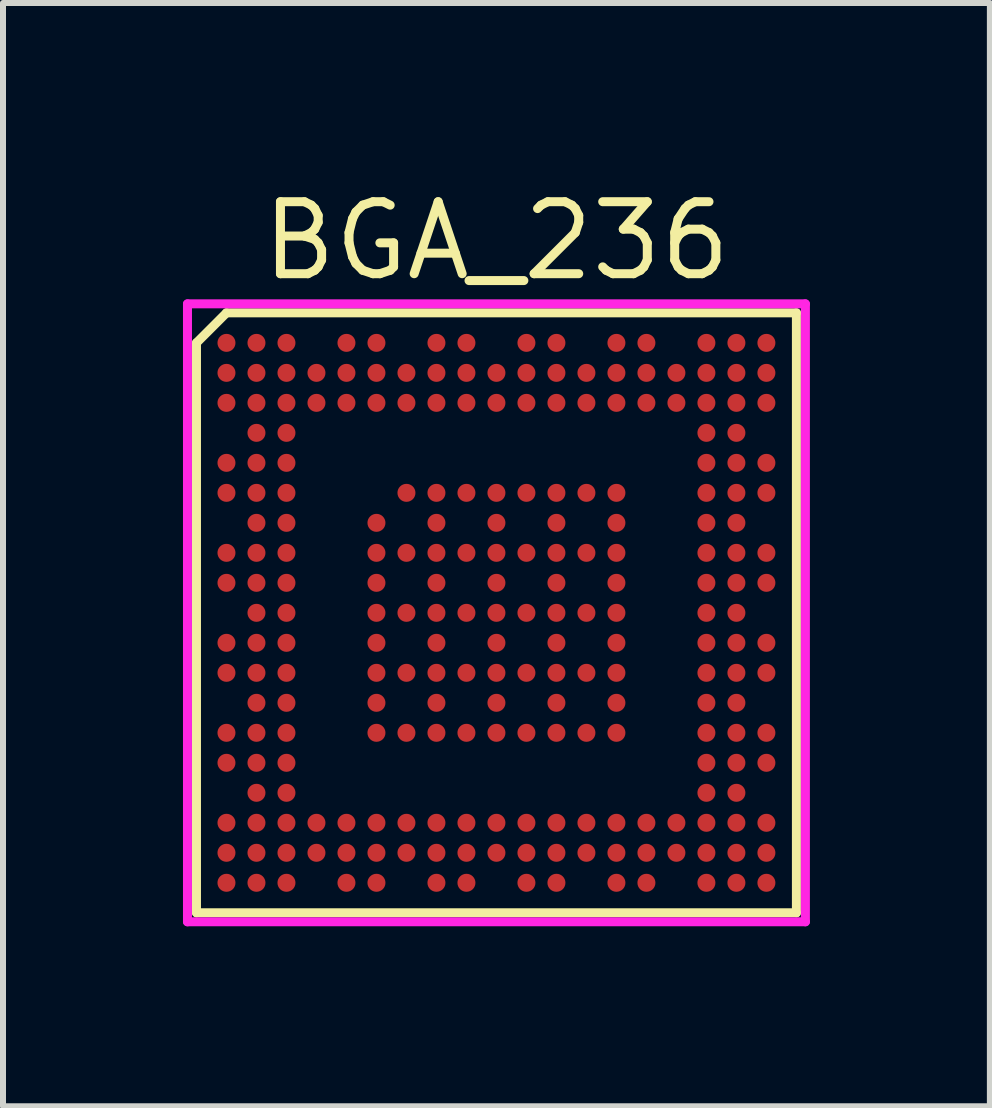
<source format=kicad_pcb>
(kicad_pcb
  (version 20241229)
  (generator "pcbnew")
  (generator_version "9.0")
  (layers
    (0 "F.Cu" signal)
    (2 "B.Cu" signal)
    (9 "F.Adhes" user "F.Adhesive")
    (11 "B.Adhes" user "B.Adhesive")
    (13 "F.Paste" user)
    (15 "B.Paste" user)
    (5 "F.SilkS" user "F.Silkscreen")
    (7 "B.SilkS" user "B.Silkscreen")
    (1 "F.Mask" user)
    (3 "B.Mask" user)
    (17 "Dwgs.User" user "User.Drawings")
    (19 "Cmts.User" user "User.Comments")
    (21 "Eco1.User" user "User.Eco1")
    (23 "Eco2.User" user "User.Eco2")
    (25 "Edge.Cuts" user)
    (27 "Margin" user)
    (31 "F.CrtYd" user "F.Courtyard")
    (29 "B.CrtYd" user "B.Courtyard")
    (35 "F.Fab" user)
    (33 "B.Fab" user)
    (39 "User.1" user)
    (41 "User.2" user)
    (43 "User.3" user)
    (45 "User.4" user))
  (footprint "BGA_236"
    (layer "F.Cu")
    (at 5.225 7.165)
    (property "Reference" "BGA_236" (at 0 -6.2 0) (layer "F.SilkS") (effects (font (size 1.2 1.2) (thickness 0.15))))
    (attr through_hole)
    (fp_line (start -5 -4.5) (end -5 5) (stroke (width 0.15) (type solid)) (layer "F.SilkS"))
    (fp_line (start -5 5) (end 5 5) (stroke (width 0.15) (type solid)) (layer "F.SilkS"))
    (fp_line (start -4.5 -5) (end -5 -4.5) (stroke (width 0.15) (type solid)) (layer "F.SilkS"))
    (fp_line (start 5 -5) (end -4.5 -5) (stroke (width 0.15) (type solid)) (layer "F.SilkS"))
    (fp_line (start 5 5) (end 5 -5) (stroke (width 0.15) (type solid)) (layer "F.SilkS"))
    (fp_line (start -5.15 -5.15) (end 5.15 -5.15) (stroke (width 0.15) (type solid)) (layer "F.CrtYd"))
    (fp_line (start -5.15 5.15) (end -5.15 -5.15) (stroke (width 0.15) (type solid)) (layer "F.CrtYd"))
    (fp_line (start 5.15 -5.15) (end 5.15 5.15) (stroke (width 0.15) (type solid)) (layer "F.CrtYd"))
    (fp_line (start 5.15 5.15) (end -5.15 5.15) (stroke (width 0.15) (type solid)) (layer "F.CrtYd"))
    (pad "A1" smd circle (at -4.5 -4.5) (size 0.3 0.3) (layers "F.Cu" "F.Mask" "F.Paste"))
    (pad "A2" smd circle (at -4 -4.5) (size 0.3 0.3) (layers "F.Cu" "F.Mask" "F.Paste"))
    (pad "A3" smd circle (at -3.5 -4.5) (size 0.3 0.3) (layers "F.Cu" "F.Mask" "F.Paste"))
    (pad "A5" smd circle (at -2.5 -4.5) (size 0.3 0.3) (layers "F.Cu" "F.Mask" "F.Paste"))
    (pad "A6" smd circle (at -2 -4.5) (size 0.3 0.3) (layers "F.Cu" "F.Mask" "F.Paste"))
    (pad "A8" smd circle (at -1 -4.5) (size 0.3 0.3) (layers "F.Cu" "F.Mask" "F.Paste"))
    (pad "A9" smd circle (at -0.5 -4.5) (size 0.3 0.3) (layers "F.Cu" "F.Mask" "F.Paste"))
    (pad "A11" smd circle (at 0.5 -4.5) (size 0.3 0.3) (layers "F.Cu" "F.Mask" "F.Paste"))
    (pad "A12" smd circle (at 1 -4.5) (size 0.3 0.3) (layers "F.Cu" "F.Mask" "F.Paste"))
    (pad "A14" smd circle (at 2 -4.5) (size 0.3 0.3) (layers "F.Cu" "F.Mask" "F.Paste"))
    (pad "A15" smd circle (at 2.5 -4.5) (size 0.3 0.3) (layers "F.Cu" "F.Mask" "F.Paste"))
    (pad "A17" smd circle (at 3.5 -4.5) (size 0.3 0.3) (layers "F.Cu" "F.Mask" "F.Paste"))
    (pad "A18" smd circle (at 4 -4.5) (size 0.3 0.3) (layers "F.Cu" "F.Mask" "F.Paste"))
    (pad "A19" smd circle (at 4.5 -4.5) (size 0.3 0.3) (layers "F.Cu" "F.Mask" "F.Paste"))
    (pad "B1" smd circle (at -4.5 -4) (size 0.3 0.3) (layers "F.Cu" "F.Mask" "F.Paste"))
    (pad "B2" smd circle (at -4 -4) (size 0.3 0.3) (layers "F.Cu" "F.Mask" "F.Paste"))
    (pad "B3" smd circle (at -3.5 -4) (size 0.3 0.3) (layers "F.Cu" "F.Mask" "F.Paste"))
    (pad "B4" smd circle (at -3 -4) (size 0.3 0.3) (layers "F.Cu" "F.Mask" "F.Paste"))
    (pad "B5" smd circle (at -2.5 -4) (size 0.3 0.3) (layers "F.Cu" "F.Mask" "F.Paste"))
    (pad "B6" smd circle (at -2 -4) (size 0.3 0.3) (layers "F.Cu" "F.Mask" "F.Paste"))
    (pad "B7" smd circle (at -1.5 -4) (size 0.3 0.3) (layers "F.Cu" "F.Mask" "F.Paste"))
    (pad "B8" smd circle (at -1 -4) (size 0.3 0.3) (layers "F.Cu" "F.Mask" "F.Paste"))
    (pad "B9" smd circle (at -0.5 -4) (size 0.3 0.3) (layers "F.Cu" "F.Mask" "F.Paste"))
    (pad "B10" smd circle (at 0 -4) (size 0.3 0.3) (layers "F.Cu" "F.Mask" "F.Paste"))
    (pad "B11" smd circle (at 0.5 -4) (size 0.3 0.3) (layers "F.Cu" "F.Mask" "F.Paste"))
    (pad "B12" smd circle (at 1 -4) (size 0.3 0.3) (layers "F.Cu" "F.Mask" "F.Paste"))
    (pad "B13" smd circle (at 1.5 -4) (size 0.3 0.3) (layers "F.Cu" "F.Mask" "F.Paste"))
    (pad "B14" smd circle (at 2 -4) (size 0.3 0.3) (layers "F.Cu" "F.Mask" "F.Paste"))
    (pad "B15" smd circle (at 2.5 -4) (size 0.3 0.3) (layers "F.Cu" "F.Mask" "F.Paste"))
    (pad "B16" smd circle (at 3 -4) (size 0.3 0.3) (layers "F.Cu" "F.Mask" "F.Paste"))
    (pad "B17" smd circle (at 3.5 -4) (size 0.3 0.3) (layers "F.Cu" "F.Mask" "F.Paste"))
    (pad "B18" smd circle (at 4 -4) (size 0.3 0.3) (layers "F.Cu" "F.Mask" "F.Paste"))
    (pad "B19" smd circle (at 4.5 -4) (size 0.3 0.3) (layers "F.Cu" "F.Mask" "F.Paste"))
    (pad "C1" smd circle (at -4.5 -3.5) (size 0.3 0.3) (layers "F.Cu" "F.Mask" "F.Paste"))
    (pad "C2" smd circle (at -4 -3.5) (size 0.3 0.3) (layers "F.Cu" "F.Mask" "F.Paste"))
    (pad "C3" smd circle (at -3.5 -3.5) (size 0.3 0.3) (layers "F.Cu" "F.Mask" "F.Paste"))
    (pad "C4" smd circle (at -3 -3.5) (size 0.3 0.3) (layers "F.Cu" "F.Mask" "F.Paste"))
    (pad "C5" smd circle (at -2.5 -3.5) (size 0.3 0.3) (layers "F.Cu" "F.Mask" "F.Paste"))
    (pad "C6" smd circle (at -2 -3.5) (size 0.3 0.3) (layers "F.Cu" "F.Mask" "F.Paste"))
    (pad "C7" smd circle (at -1.5 -3.5) (size 0.3 0.3) (layers "F.Cu" "F.Mask" "F.Paste"))
    (pad "C8" smd circle (at -1 -3.5) (size 0.3 0.3) (layers "F.Cu" "F.Mask" "F.Paste"))
    (pad "C9" smd circle (at -0.5 -3.5) (size 0.3 0.3) (layers "F.Cu" "F.Mask" "F.Paste"))
    (pad "C10" smd circle (at 0 -3.5) (size 0.3 0.3) (layers "F.Cu" "F.Mask" "F.Paste"))
    (pad "C11" smd circle (at 0.5 -3.5) (size 0.3 0.3) (layers "F.Cu" "F.Mask" "F.Paste"))
    (pad "C12" smd circle (at 1 -3.5) (size 0.3 0.3) (layers "F.Cu" "F.Mask" "F.Paste"))
    (pad "C13" smd circle (at 1.5 -3.5) (size 0.3 0.3) (layers "F.Cu" "F.Mask" "F.Paste"))
    (pad "C14" smd circle (at 2 -3.5) (size 0.3 0.3) (layers "F.Cu" "F.Mask" "F.Paste"))
    (pad "C15" smd circle (at 2.5 -3.5) (size 0.3 0.3) (layers "F.Cu" "F.Mask" "F.Paste"))
    (pad "C16" smd circle (at 3 -3.5) (size 0.3 0.3) (layers "F.Cu" "F.Mask" "F.Paste"))
    (pad "C17" smd circle (at 3.5 -3.5) (size 0.3 0.3) (layers "F.Cu" "F.Mask" "F.Paste"))
    (pad "C18" smd circle (at 4 -3.5) (size 0.3 0.3) (layers "F.Cu" "F.Mask" "F.Paste"))
    (pad "C19" smd circle (at 4.5 -3.5) (size 0.3 0.3) (layers "F.Cu" "F.Mask" "F.Paste"))
    (pad "D2" smd circle (at -4 -3) (size 0.3 0.3) (layers "F.Cu" "F.Mask" "F.Paste"))
    (pad "D3" smd circle (at -3.5 -3) (size 0.3 0.3) (layers "F.Cu" "F.Mask" "F.Paste"))
    (pad "D17" smd circle (at 3.5 -3) (size 0.3 0.3) (layers "F.Cu" "F.Mask" "F.Paste"))
    (pad "D18" smd circle (at 4 -3) (size 0.3 0.3) (layers "F.Cu" "F.Mask" "F.Paste"))
    (pad "E1" smd circle (at -4.5 -2.5) (size 0.3 0.3) (layers "F.Cu" "F.Mask" "F.Paste"))
    (pad "E2" smd circle (at -4 -2.5) (size 0.3 0.3) (layers "F.Cu" "F.Mask" "F.Paste"))
    (pad "E3" smd circle (at -3.5 -2.5) (size 0.3 0.3) (layers "F.Cu" "F.Mask" "F.Paste"))
    (pad "E17" smd circle (at 3.5 -2.5) (size 0.3 0.3) (layers "F.Cu" "F.Mask" "F.Paste"))
    (pad "E18" smd circle (at 4 -2.5) (size 0.3 0.3) (layers "F.Cu" "F.Mask" "F.Paste"))
    (pad "E19" smd circle (at 4.5 -2.5) (size 0.3 0.3) (layers "F.Cu" "F.Mask" "F.Paste"))
    (pad "F1" smd circle (at -4.5 -2) (size 0.3 0.3) (layers "F.Cu" "F.Mask" "F.Paste"))
    (pad "F2" smd circle (at -4 -2) (size 0.3 0.3) (layers "F.Cu" "F.Mask" "F.Paste"))
    (pad "F3" smd circle (at -3.5 -2) (size 0.3 0.3) (layers "F.Cu" "F.Mask" "F.Paste"))
    (pad "F7" smd circle (at -1.5 -2) (size 0.3 0.3) (layers "F.Cu" "F.Mask" "F.Paste"))
    (pad "F8" smd circle (at -1 -2) (size 0.3 0.3) (layers "F.Cu" "F.Mask" "F.Paste"))
    (pad "F9" smd circle (at -0.5 -2) (size 0.3 0.3) (layers "F.Cu" "F.Mask" "F.Paste"))
    (pad "F10" smd circle (at 0 -2) (size 0.3 0.3) (layers "F.Cu" "F.Mask" "F.Paste"))
    (pad "F11" smd circle (at 0.5 -2) (size 0.3 0.3) (layers "F.Cu" "F.Mask" "F.Paste"))
    (pad "F12" smd circle (at 1 -2) (size 0.3 0.3) (layers "F.Cu" "F.Mask" "F.Paste"))
    (pad "F13" smd circle (at 1.5 -2) (size 0.3 0.3) (layers "F.Cu" "F.Mask" "F.Paste"))
    (pad "F14" smd circle (at 2 -2) (size 0.3 0.3) (layers "F.Cu" "F.Mask" "F.Paste"))
    (pad "F17" smd circle (at 3.5 -2) (size 0.3 0.3) (layers "F.Cu" "F.Mask" "F.Paste"))
    (pad "F18" smd circle (at 4 -2) (size 0.3 0.3) (layers "F.Cu" "F.Mask" "F.Paste"))
    (pad "F19" smd circle (at 4.5 -2) (size 0.3 0.3) (layers "F.Cu" "F.Mask" "F.Paste"))
    (pad "G2" smd circle (at -4 -1.5) (size 0.3 0.3) (layers "F.Cu" "F.Mask" "F.Paste"))
    (pad "G3" smd circle (at -3.5 -1.5) (size 0.3 0.3) (layers "F.Cu" "F.Mask" "F.Paste"))
    (pad "G6" smd circle (at -2 -1.5) (size 0.3 0.3) (layers "F.Cu" "F.Mask" "F.Paste"))
    (pad "G8" smd circle (at -1 -1.5) (size 0.3 0.3) (layers "F.Cu" "F.Mask" "F.Paste"))
    (pad "G10" smd circle (at 0 -1.5) (size 0.3 0.3) (layers "F.Cu" "F.Mask" "F.Paste"))
    (pad "G12" smd circle (at 1 -1.5) (size 0.3 0.3) (layers "F.Cu" "F.Mask" "F.Paste"))
    (pad "G14" smd circle (at 2 -1.5) (size 0.3 0.3) (layers "F.Cu" "F.Mask" "F.Paste"))
    (pad "G17" smd circle (at 3.5 -1.5) (size 0.3 0.3) (layers "F.Cu" "F.Mask" "F.Paste"))
    (pad "G18" smd circle (at 4 -1.5) (size 0.3 0.3) (layers "F.Cu" "F.Mask" "F.Paste"))
    (pad "H1" smd circle (at -4.5 -1) (size 0.3 0.3) (layers "F.Cu" "F.Mask" "F.Paste"))
    (pad "H2" smd circle (at -4 -1) (size 0.3 0.3) (layers "F.Cu" "F.Mask" "F.Paste"))
    (pad "H3" smd circle (at -3.5 -1) (size 0.3 0.3) (layers "F.Cu" "F.Mask" "F.Paste"))
    (pad "H6" smd circle (at -2 -1) (size 0.3 0.3) (layers "F.Cu" "F.Mask" "F.Paste"))
    (pad "H7" smd circle (at -1.5 -1) (size 0.3 0.3) (layers "F.Cu" "F.Mask" "F.Paste"))
    (pad "H8" smd circle (at -1 -1) (size 0.3 0.3) (layers "F.Cu" "F.Mask" "F.Paste"))
    (pad "H9" smd circle (at -0.5 -1) (size 0.3 0.3) (layers "F.Cu" "F.Mask" "F.Paste"))
    (pad "H10" smd circle (at 0 -1) (size 0.3 0.3) (layers "F.Cu" "F.Mask" "F.Paste"))
    (pad "H11" smd circle (at 0.5 -1) (size 0.3 0.3) (layers "F.Cu" "F.Mask" "F.Paste"))
    (pad "H12" smd circle (at 1 -1) (size 0.3 0.3) (layers "F.Cu" "F.Mask" "F.Paste"))
    (pad "H13" smd circle (at 1.5 -1) (size 0.3 0.3) (layers "F.Cu" "F.Mask" "F.Paste"))
    (pad "H14" smd circle (at 2 -1) (size 0.3 0.3) (layers "F.Cu" "F.Mask" "F.Paste"))
    (pad "H17" smd circle (at 3.5 -1) (size 0.3 0.3) (layers "F.Cu" "F.Mask" "F.Paste"))
    (pad "H18" smd circle (at 4 -1) (size 0.3 0.3) (layers "F.Cu" "F.Mask" "F.Paste"))
    (pad "H19" smd circle (at 4.5 -1) (size 0.3 0.3) (layers "F.Cu" "F.Mask" "F.Paste"))
    (pad "J1" smd circle (at -4.5 -0.5) (size 0.3 0.3) (layers "F.Cu" "F.Mask" "F.Paste"))
    (pad "J2" smd circle (at -4 -0.5) (size 0.3 0.3) (layers "F.Cu" "F.Mask" "F.Paste"))
    (pad "J3" smd circle (at -3.5 -0.5) (size 0.3 0.3) (layers "F.Cu" "F.Mask" "F.Paste"))
    (pad "J6" smd circle (at -2 -0.5) (size 0.3 0.3) (layers "F.Cu" "F.Mask" "F.Paste"))
    (pad "J8" smd circle (at -1 -0.5) (size 0.3 0.3) (layers "F.Cu" "F.Mask" "F.Paste"))
    (pad "J10" smd circle (at 0 -0.5) (size 0.3 0.3) (layers "F.Cu" "F.Mask" "F.Paste"))
    (pad "J12" smd circle (at 1 -0.5) (size 0.3 0.3) (layers "F.Cu" "F.Mask" "F.Paste"))
    (pad "J14" smd circle (at 2 -0.5) (size 0.3 0.3) (layers "F.Cu" "F.Mask" "F.Paste"))
    (pad "J17" smd circle (at 3.5 -0.5) (size 0.3 0.3) (layers "F.Cu" "F.Mask" "F.Paste"))
    (pad "J18" smd circle (at 4 -0.5) (size 0.3 0.3) (layers "F.Cu" "F.Mask" "F.Paste"))
    (pad "J19" smd circle (at 4.5 -0.5) (size 0.3 0.3) (layers "F.Cu" "F.Mask" "F.Paste"))
    (pad "K2" smd circle (at -4 0) (size 0.3 0.3) (layers "F.Cu" "F.Mask" "F.Paste"))
    (pad "K3" smd circle (at -3.5 0) (size 0.3 0.3) (layers "F.Cu" "F.Mask" "F.Paste"))
    (pad "K6" smd circle (at -2 0) (size 0.3 0.3) (layers "F.Cu" "F.Mask" "F.Paste"))
    (pad "K7" smd circle (at -1.5 0) (size 0.3 0.3) (layers "F.Cu" "F.Mask" "F.Paste"))
    (pad "K8" smd circle (at -1 0) (size 0.3 0.3) (layers "F.Cu" "F.Mask" "F.Paste"))
    (pad "K9" smd circle (at -0.5 0) (size 0.3 0.3) (layers "F.Cu" "F.Mask" "F.Paste"))
    (pad "K10" smd circle (at 0 0) (size 0.3 0.3) (layers "F.Cu" "F.Mask" "F.Paste"))
    (pad "K11" smd circle (at 0.5 0) (size 0.3 0.3) (layers "F.Cu" "F.Mask" "F.Paste"))
    (pad "K12" smd circle (at 1 0) (size 0.3 0.3) (layers "F.Cu" "F.Mask" "F.Paste"))
    (pad "K13" smd circle (at 1.5 0) (size 0.3 0.3) (layers "F.Cu" "F.Mask" "F.Paste"))
    (pad "K14" smd circle (at 2 0) (size 0.3 0.3) (layers "F.Cu" "F.Mask" "F.Paste"))
    (pad "K17" smd circle (at 3.5 0) (size 0.3 0.3) (layers "F.Cu" "F.Mask" "F.Paste"))
    (pad "K18" smd circle (at 4 0) (size 0.3 0.3) (layers "F.Cu" "F.Mask" "F.Paste"))
    (pad "L1" smd circle (at -4.5 0.5) (size 0.3 0.3) (layers "F.Cu" "F.Mask" "F.Paste"))
    (pad "L2" smd circle (at -4 0.5) (size 0.3 0.3) (layers "F.Cu" "F.Mask" "F.Paste"))
    (pad "L3" smd circle (at -3.5 0.5) (size 0.3 0.3) (layers "F.Cu" "F.Mask" "F.Paste"))
    (pad "L6" smd circle (at -2 0.5) (size 0.3 0.3) (layers "F.Cu" "F.Mask" "F.Paste"))
    (pad "L8" smd circle (at -1 0.5) (size 0.3 0.3) (layers "F.Cu" "F.Mask" "F.Paste"))
    (pad "L10" smd circle (at 0 0.5) (size 0.3 0.3) (layers "F.Cu" "F.Mask" "F.Paste"))
    (pad "L12" smd circle (at 1 0.5) (size 0.3 0.3) (layers "F.Cu" "F.Mask" "F.Paste"))
    (pad "L14" smd circle (at 2 0.5) (size 0.3 0.3) (layers "F.Cu" "F.Mask" "F.Paste"))
    (pad "L17" smd circle (at 3.5 0.5) (size 0.3 0.3) (layers "F.Cu" "F.Mask" "F.Paste"))
    (pad "L18" smd circle (at 4 0.5) (size 0.3 0.3) (layers "F.Cu" "F.Mask" "F.Paste"))
    (pad "L19" smd circle (at 4.5 0.5) (size 0.3 0.3) (layers "F.Cu" "F.Mask" "F.Paste"))
    (pad "M1" smd circle (at -4.5 1) (size 0.3 0.3) (layers "F.Cu" "F.Mask" "F.Paste"))
    (pad "M2" smd circle (at -4 1) (size 0.3 0.3) (layers "F.Cu" "F.Mask" "F.Paste"))
    (pad "M3" smd circle (at -3.5 1) (size 0.3 0.3) (layers "F.Cu" "F.Mask" "F.Paste"))
    (pad "M6" smd circle (at -2 1) (size 0.3 0.3) (layers "F.Cu" "F.Mask" "F.Paste"))
    (pad "M7" smd circle (at -1.5 1) (size 0.3 0.3) (layers "F.Cu" "F.Mask" "F.Paste"))
    (pad "M8" smd circle (at -1 1) (size 0.3 0.3) (layers "F.Cu" "F.Mask" "F.Paste"))
    (pad "M9" smd circle (at -0.5 1) (size 0.3 0.3) (layers "F.Cu" "F.Mask" "F.Paste"))
    (pad "M10" smd circle (at 0 1) (size 0.3 0.3) (layers "F.Cu" "F.Mask" "F.Paste"))
    (pad "M11" smd circle (at 0.5 1) (size 0.3 0.3) (layers "F.Cu" "F.Mask" "F.Paste"))
    (pad "M12" smd circle (at 1 1) (size 0.3 0.3) (layers "F.Cu" "F.Mask" "F.Paste"))
    (pad "M13" smd circle (at 1.5 1) (size 0.3 0.3) (layers "F.Cu" "F.Mask" "F.Paste"))
    (pad "M14" smd circle (at 2 1) (size 0.3 0.3) (layers "F.Cu" "F.Mask" "F.Paste"))
    (pad "M17" smd circle (at 3.5 1) (size 0.3 0.3) (layers "F.Cu" "F.Mask" "F.Paste"))
    (pad "M18" smd circle (at 4 1) (size 0.3 0.3) (layers "F.Cu" "F.Mask" "F.Paste"))
    (pad "M19" smd circle (at 4.5 1) (size 0.3 0.3) (layers "F.Cu" "F.Mask" "F.Paste"))
    (pad "N2" smd circle (at -4 1.5) (size 0.3 0.3) (layers "F.Cu" "F.Mask" "F.Paste"))
    (pad "N3" smd circle (at -3.5 1.5) (size 0.3 0.3) (layers "F.Cu" "F.Mask" "F.Paste"))
    (pad "N6" smd circle (at -2 1.5) (size 0.3 0.3) (layers "F.Cu" "F.Mask" "F.Paste"))
    (pad "N8" smd circle (at -1 1.5) (size 0.3 0.3) (layers "F.Cu" "F.Mask" "F.Paste"))
    (pad "N10" smd circle (at 0 1.5) (size 0.3 0.3) (layers "F.Cu" "F.Mask" "F.Paste"))
    (pad "N12" smd circle (at 1 1.5) (size 0.3 0.3) (layers "F.Cu" "F.Mask" "F.Paste"))
    (pad "N14" smd circle (at 2 1.5) (size 0.3 0.3) (layers "F.Cu" "F.Mask" "F.Paste"))
    (pad "N17" smd circle (at 3.5 1.5) (size 0.3 0.3) (layers "F.Cu" "F.Mask" "F.Paste"))
    (pad "N18" smd circle (at 4 1.5) (size 0.3 0.3) (layers "F.Cu" "F.Mask" "F.Paste"))
    (pad "P1" smd circle (at -4.5 2) (size 0.3 0.3) (layers "F.Cu" "F.Mask" "F.Paste"))
    (pad "P2" smd circle (at -4 2) (size 0.3 0.3) (layers "F.Cu" "F.Mask" "F.Paste"))
    (pad "P3" smd circle (at -3.5 2) (size 0.3 0.3) (layers "F.Cu" "F.Mask" "F.Paste"))
    (pad "P6" smd circle (at -2 2) (size 0.3 0.3) (layers "F.Cu" "F.Mask" "F.Paste"))
    (pad "P7" smd circle (at -1.5 2) (size 0.3 0.3) (layers "F.Cu" "F.Mask" "F.Paste"))
    (pad "P8" smd circle (at -1 2) (size 0.3 0.3) (layers "F.Cu" "F.Mask" "F.Paste"))
    (pad "P9" smd circle (at -0.5 2) (size 0.3 0.3) (layers "F.Cu" "F.Mask" "F.Paste"))
    (pad "P10" smd circle (at 0 2) (size 0.3 0.3) (layers "F.Cu" "F.Mask" "F.Paste"))
    (pad "P11" smd circle (at 0.5 2) (size 0.3 0.3) (layers "F.Cu" "F.Mask" "F.Paste"))
    (pad "P12" smd circle (at 1 2) (size 0.3 0.3) (layers "F.Cu" "F.Mask" "F.Paste"))
    (pad "P13" smd circle (at 1.5 2) (size 0.3 0.3) (layers "F.Cu" "F.Mask" "F.Paste"))
    (pad "P14" smd circle (at 2 2) (size 0.3 0.3) (layers "F.Cu" "F.Mask" "F.Paste"))
    (pad "P17" smd circle (at 3.5 2) (size 0.3 0.3) (layers "F.Cu" "F.Mask" "F.Paste"))
    (pad "P18" smd circle (at 4 2) (size 0.3 0.3) (layers "F.Cu" "F.Mask" "F.Paste"))
    (pad "P19" smd circle (at 4.5 2) (size 0.3 0.3) (layers "F.Cu" "F.Mask" "F.Paste"))
    (pad "R1" smd circle (at -4.5 2.5) (size 0.3 0.3) (layers "F.Cu" "F.Mask" "F.Paste"))
    (pad "R2" smd circle (at -4 2.5) (size 0.3 0.3) (layers "F.Cu" "F.Mask" "F.Paste"))
    (pad "R3" smd circle (at -3.5 2.5) (size 0.3 0.3) (layers "F.Cu" "F.Mask" "F.Paste"))
    (pad "R17" smd circle (at 3.5 2.5) (size 0.3 0.3) (layers "F.Cu" "F.Mask" "F.Paste"))
    (pad "R18" smd circle (at 4 2.5) (size 0.3 0.3) (layers "F.Cu" "F.Mask" "F.Paste"))
    (pad "R19" smd circle (at 4.5 2.5) (size 0.3 0.3) (layers "F.Cu" "F.Mask" "F.Paste"))
    (pad "T2" smd circle (at -4 3) (size 0.3 0.3) (layers "F.Cu" "F.Mask" "F.Paste"))
    (pad "T3" smd circle (at -3.5 3) (size 0.3 0.3) (layers "F.Cu" "F.Mask" "F.Paste"))
    (pad "T17" smd circle (at 3.5 3) (size 0.3 0.3) (layers "F.Cu" "F.Mask" "F.Paste"))
    (pad "T18" smd circle (at 4 3) (size 0.3 0.3) (layers "F.Cu" "F.Mask" "F.Paste"))
    (pad "U1" smd circle (at -4.5 3.5) (size 0.3 0.3) (layers "F.Cu" "F.Mask" "F.Paste"))
    (pad "U2" smd circle (at -4 3.5) (size 0.3 0.3) (layers "F.Cu" "F.Mask" "F.Paste"))
    (pad "U3" smd circle (at -3.5 3.5) (size 0.3 0.3) (layers "F.Cu" "F.Mask" "F.Paste"))
    (pad "U4" smd circle (at -3 3.5) (size 0.3 0.3) (layers "F.Cu" "F.Mask" "F.Paste"))
    (pad "U5" smd circle (at -2.5 3.5) (size 0.3 0.3) (layers "F.Cu" "F.Mask" "F.Paste"))
    (pad "U6" smd circle (at -2 3.5) (size 0.3 0.3) (layers "F.Cu" "F.Mask" "F.Paste"))
    (pad "U7" smd circle (at -1.5 3.5) (size 0.3 0.3) (layers "F.Cu" "F.Mask" "F.Paste"))
    (pad "U8" smd circle (at -1 3.5) (size 0.3 0.3) (layers "F.Cu" "F.Mask" "F.Paste"))
    (pad "U9" smd circle (at -0.5 3.5) (size 0.3 0.3) (layers "F.Cu" "F.Mask" "F.Paste"))
    (pad "U10" smd circle (at 0 3.5) (size 0.3 0.3) (layers "F.Cu" "F.Mask" "F.Paste"))
    (pad "U11" smd circle (at 0.5 3.5) (size 0.3 0.3) (layers "F.Cu" "F.Mask" "F.Paste"))
    (pad "U12" smd circle (at 1 3.5) (size 0.3 0.3) (layers "F.Cu" "F.Mask" "F.Paste"))
    (pad "U13" smd circle (at 1.5 3.5) (size 0.3 0.3) (layers "F.Cu" "F.Mask" "F.Paste"))
    (pad "U14" smd circle (at 2 3.5) (size 0.3 0.3) (layers "F.Cu" "F.Mask" "F.Paste"))
    (pad "U15" smd circle (at 2.5 3.5) (size 0.3 0.3) (layers "F.Cu" "F.Mask" "F.Paste"))
    (pad "U16" smd circle (at 3 3.5) (size 0.3 0.3) (layers "F.Cu" "F.Mask" "F.Paste"))
    (pad "U17" smd circle (at 3.5 3.5) (size 0.3 0.3) (layers "F.Cu" "F.Mask" "F.Paste"))
    (pad "U18" smd circle (at 4 3.5) (size 0.3 0.3) (layers "F.Cu" "F.Mask" "F.Paste"))
    (pad "U19" smd circle (at 4.5 3.5) (size 0.3 0.3) (layers "F.Cu" "F.Mask" "F.Paste"))
    (pad "V1" smd circle (at -4.5 4) (size 0.3 0.3) (layers "F.Cu" "F.Mask" "F.Paste"))
    (pad "V2" smd circle (at -4 4) (size 0.3 0.3) (layers "F.Cu" "F.Mask" "F.Paste"))
    (pad "V3" smd circle (at -3.5 4) (size 0.3 0.3) (layers "F.Cu" "F.Mask" "F.Paste"))
    (pad "V4" smd circle (at -3 4) (size 0.3 0.3) (layers "F.Cu" "F.Mask" "F.Paste"))
    (pad "V5" smd circle (at -2.5 4) (size 0.3 0.3) (layers "F.Cu" "F.Mask" "F.Paste"))
    (pad "V6" smd circle (at -2 4) (size 0.3 0.3) (layers "F.Cu" "F.Mask" "F.Paste"))
    (pad "V7" smd circle (at -1.5 4) (size 0.3 0.3) (layers "F.Cu" "F.Mask" "F.Paste"))
    (pad "V8" smd circle (at -1 4) (size 0.3 0.3) (layers "F.Cu" "F.Mask" "F.Paste"))
    (pad "V9" smd circle (at -0.5 4) (size 0.3 0.3) (layers "F.Cu" "F.Mask" "F.Paste"))
    (pad "V10" smd circle (at 0 4) (size 0.3 0.3) (layers "F.Cu" "F.Mask" "F.Paste"))
    (pad "V11" smd circle (at 0.5 4) (size 0.3 0.3) (layers "F.Cu" "F.Mask" "F.Paste"))
    (pad "V12" smd circle (at 1 4) (size 0.3 0.3) (layers "F.Cu" "F.Mask" "F.Paste"))
    (pad "V13" smd circle (at 1.5 4) (size 0.3 0.3) (layers "F.Cu" "F.Mask" "F.Paste"))
    (pad "V14" smd circle (at 2 4) (size 0.3 0.3) (layers "F.Cu" "F.Mask" "F.Paste"))
    (pad "V15" smd circle (at 2.5 4) (size 0.3 0.3) (layers "F.Cu" "F.Mask" "F.Paste"))
    (pad "V16" smd circle (at 3 4) (size 0.3 0.3) (layers "F.Cu" "F.Mask" "F.Paste"))
    (pad "V17" smd circle (at 3.5 4) (size 0.3 0.3) (layers "F.Cu" "F.Mask" "F.Paste"))
    (pad "V18" smd circle (at 4 4) (size 0.3 0.3) (layers "F.Cu" "F.Mask" "F.Paste"))
    (pad "V19" smd circle (at 4.5 4) (size 0.3 0.3) (layers "F.Cu" "F.Mask" "F.Paste"))
    (pad "W1" smd circle (at -4.5 4.5) (size 0.3 0.3) (layers "F.Cu" "F.Mask" "F.Paste"))
    (pad "W2" smd circle (at -4 4.5) (size 0.3 0.3) (layers "F.Cu" "F.Mask" "F.Paste"))
    (pad "W3" smd circle (at -3.5 4.5) (size 0.3 0.3) (layers "F.Cu" "F.Mask" "F.Paste"))
    (pad "W5" smd circle (at -2.5 4.5) (size 0.3 0.3) (layers "F.Cu" "F.Mask" "F.Paste"))
    (pad "W6" smd circle (at -2 4.5) (size 0.3 0.3) (layers "F.Cu" "F.Mask" "F.Paste"))
    (pad "W8" smd circle (at -1 4.5) (size 0.3 0.3) (layers "F.Cu" "F.Mask" "F.Paste"))
    (pad "W9" smd circle (at -0.5 4.5) (size 0.3 0.3) (layers "F.Cu" "F.Mask" "F.Paste"))
    (pad "W11" smd circle (at 0.5 4.5) (size 0.3 0.3) (layers "F.Cu" "F.Mask" "F.Paste"))
    (pad "W12" smd circle (at 1 4.5) (size 0.3 0.3) (layers "F.Cu" "F.Mask" "F.Paste"))
    (pad "W14" smd circle (at 2 4.5) (size 0.3 0.3) (layers "F.Cu" "F.Mask" "F.Paste"))
    (pad "W15" smd circle (at 2.5 4.5) (size 0.3 0.3) (layers "F.Cu" "F.Mask" "F.Paste"))
    (pad "W17" smd circle (at 3.5 4.5) (size 0.3 0.3) (layers "F.Cu" "F.Mask" "F.Paste"))
    (pad "W18" smd circle (at 4 4.5) (size 0.3 0.3) (layers "F.Cu" "F.Mask" "F.Paste"))
    (pad "W19" smd circle (at 4.5 4.5) (size 0.3 0.3) (layers "F.Cu" "F.Mask" "F.Paste")))
  (gr_rect
    (start -3 -3)
    (end 13.45 15.39)
    (stroke (width 0.1) (type default))
    (fill no)
    (layer "Edge.Cuts")))
</source>
